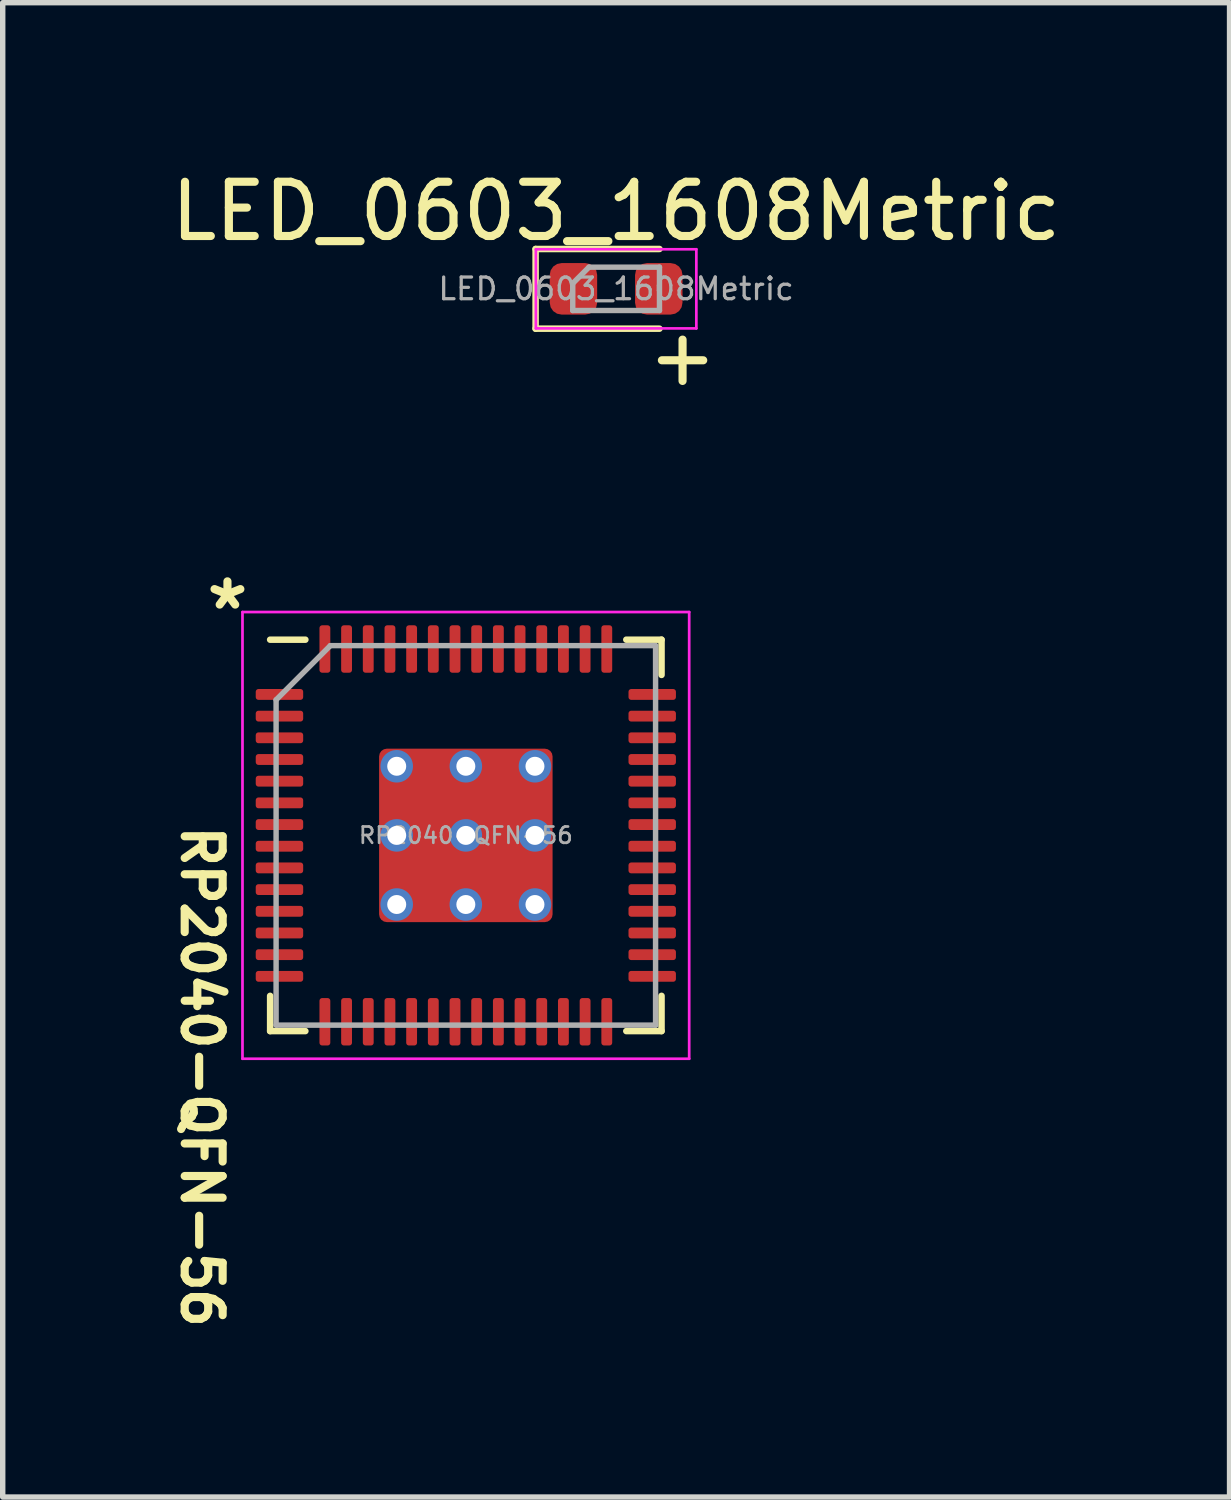
<source format=kicad_pcb>
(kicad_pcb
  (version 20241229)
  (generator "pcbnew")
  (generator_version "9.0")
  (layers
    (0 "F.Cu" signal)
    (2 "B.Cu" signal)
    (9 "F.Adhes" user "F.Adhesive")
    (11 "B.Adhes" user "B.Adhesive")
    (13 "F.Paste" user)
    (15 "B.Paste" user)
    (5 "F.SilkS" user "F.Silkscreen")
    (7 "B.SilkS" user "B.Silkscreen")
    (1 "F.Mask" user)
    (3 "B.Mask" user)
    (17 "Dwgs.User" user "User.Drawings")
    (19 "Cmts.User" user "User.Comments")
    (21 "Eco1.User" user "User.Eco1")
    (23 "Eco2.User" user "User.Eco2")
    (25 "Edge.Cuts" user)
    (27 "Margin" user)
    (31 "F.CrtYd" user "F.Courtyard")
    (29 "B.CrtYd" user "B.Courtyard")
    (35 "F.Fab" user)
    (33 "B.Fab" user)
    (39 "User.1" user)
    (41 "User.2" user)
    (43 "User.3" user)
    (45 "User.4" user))
  (footprint "LED_0603_1608Metric"
    (layer "F.Cu")
    (at 8.315 2.278)
    (property "Reference" "LED_0603_1608Metric" (at 0 -1.43 0) (layer "F.SilkS") (effects (font (size 1 1) (thickness 0.15))))
    (attr smd)
    (fp_line (start -1.485 -0.735) (end -1.485 0.735) (stroke (width 0.12) (type solid)) (layer "F.SilkS"))
    (fp_line (start -1.485 0.735) (end 0.8 0.735) (stroke (width 0.12) (type solid)) (layer "F.SilkS"))
    (fp_line (start 0.8 -0.735) (end -1.485 -0.735) (stroke (width 0.12) (type solid)) (layer "F.SilkS"))
    (fp_line (start -1.48 -0.73) (end 1.48 -0.73) (stroke (width 0.05) (type solid)) (layer "F.CrtYd"))
    (fp_line (start -1.48 0.73) (end -1.48 -0.73) (stroke (width 0.05) (type solid)) (layer "F.CrtYd"))
    (fp_line (start 1.48 -0.73) (end 1.48 0.73) (stroke (width 0.05) (type solid)) (layer "F.CrtYd"))
    (fp_line (start 1.48 0.73) (end -1.48 0.73) (stroke (width 0.05) (type solid)) (layer "F.CrtYd"))
    (fp_line (start -0.8 -0.1) (end -0.8 0.4) (stroke (width 0.1) (type solid)) (layer "F.Fab"))
    (fp_line (start -0.8 0.4) (end 0.8 0.4) (stroke (width 0.1) (type solid)) (layer "F.Fab"))
    (fp_line (start -0.5 -0.4) (end -0.8 -0.1) (stroke (width 0.1) (type solid)) (layer "F.Fab"))
    (fp_line (start 0.8 -0.4) (end -0.5 -0.4) (stroke (width 0.1) (type solid)) (layer "F.Fab"))
    (fp_line (start 0.8 0.4) (end 0.8 -0.4) (stroke (width 0.1) (type solid)) (layer "F.Fab"))
    (fp_text user "+" (at 0.508 1.829 0) (unlocked yes) (layer "F.SilkS") (effects (font (size 1 1) (thickness 0.15)) (justify left bottom)))
    (fp_text user "${REFERENCE}" (at 0 0 0) (layer "F.Fab") (effects (font (size 0.4 0.4) (thickness 0.06))))
    (pad "1" smd roundrect (at -0.787 0) (size 0.875 0.95) (layers "F.Cu" "F.Mask" "F.Paste") (roundrect_rratio 0.25))
    (pad "2" smd roundrect (at 0.787 0) (size 0.875 0.95) (layers "F.Cu" "F.Mask" "F.Paste") (roundrect_rratio 0.25)))
  (footprint "RP2040-QFN-56"
    (layer "F.Cu")
    (at 5.543 12.36)
    (property "Reference" "RP2040-QFN-56" (at -4.87 4.45 270) (unlocked yes) (layer "F.SilkS") (effects (font (size 0.7 0.7) (thickness 0.15))))
    (attr smd)
    (fp_line (start -3.61 3.61) (end -3.61 2.96) (stroke (width 0.12) (type solid)) (layer "F.SilkS"))
    (fp_line (start -2.96 -3.61) (end -3.61 -3.61) (stroke (width 0.12) (type solid)) (layer "F.SilkS"))
    (fp_line (start -2.96 3.61) (end -3.61 3.61) (stroke (width 0.12) (type solid)) (layer "F.SilkS"))
    (fp_line (start 2.96 -3.61) (end 3.61 -3.61) (stroke (width 0.12) (type solid)) (layer "F.SilkS"))
    (fp_line (start 2.96 3.61) (end 3.61 3.61) (stroke (width 0.12) (type solid)) (layer "F.SilkS"))
    (fp_line (start 3.61 -3.61) (end 3.61 -2.96) (stroke (width 0.12) (type solid)) (layer "F.SilkS"))
    (fp_line (start 3.61 3.61) (end 3.61 2.96) (stroke (width 0.12) (type solid)) (layer "F.SilkS"))
    (fp_line (start -4.12 -4.12) (end -4.12 4.12) (stroke (width 0.05) (type solid)) (layer "F.CrtYd"))
    (fp_line (start -4.12 4.12) (end 4.12 4.12) (stroke (width 0.05) (type solid)) (layer "F.CrtYd"))
    (fp_line (start 4.12 -4.12) (end -4.12 -4.12) (stroke (width 0.05) (type solid)) (layer "F.CrtYd"))
    (fp_line (start 4.12 4.12) (end 4.12 -4.12) (stroke (width 0.05) (type solid)) (layer "F.CrtYd"))
    (fp_line (start -3.5 -2.5) (end -2.5 -3.5) (stroke (width 0.1) (type solid)) (layer "F.Fab"))
    (fp_line (start -3.5 3.5) (end -3.5 -2.5) (stroke (width 0.1) (type solid)) (layer "F.Fab"))
    (fp_line (start -2.5 -3.5) (end 3.5 -3.5) (stroke (width 0.1) (type solid)) (layer "F.Fab"))
    (fp_line (start 3.5 -3.5) (end 3.5 3.5) (stroke (width 0.1) (type solid)) (layer "F.Fab"))
    (fp_line (start 3.5 3.5) (end -3.5 3.5) (stroke (width 0.1) (type solid)) (layer "F.Fab"))
    (fp_text user "*" (at -4.877 -3.556 0) (unlocked yes) (layer "F.SilkS") (effects (font (size 1 1) (thickness 0.15)) (justify left bottom)))
    (fp_text user "${REFERENCE}" (at 0 0 0) (layer "F.Fab") (effects (font (size 0.3 0.3) (thickness 0.05))))
    (pad "" smd roundrect (at -0.637 -0.637) (size 1.084 1.084) (layers "F.Paste") (roundrect_rratio 0.231))
    (pad "" smd roundrect (at -0.637 0.637) (size 1.084 1.084) (layers "F.Paste") (roundrect_rratio 0.231))
    (pad "" smd roundrect (at 0.637 -0.637) (size 1.084 1.084) (layers "F.Paste") (roundrect_rratio 0.231))
    (pad "" smd roundrect (at 0.637 0.637) (size 1.084 1.084) (layers "F.Paste") (roundrect_rratio 0.231))
    (pad "1" smd roundrect (at -3.438 -2.6) (size 0.875 0.2) (layers "F.Cu" "F.Mask" "F.Paste") (roundrect_rratio 0.25))
    (pad "2" smd roundrect (at -3.438 -2.2) (size 0.875 0.2) (layers "F.Cu" "F.Mask" "F.Paste") (roundrect_rratio 0.25))
    (pad "3" smd roundrect (at -3.438 -1.8) (size 0.875 0.2) (layers "F.Cu" "F.Mask" "F.Paste") (roundrect_rratio 0.25))
    (pad "4" smd roundrect (at -3.438 -1.4) (size 0.875 0.2) (layers "F.Cu" "F.Mask" "F.Paste") (roundrect_rratio 0.25))
    (pad "5" smd roundrect (at -3.438 -1) (size 0.875 0.2) (layers "F.Cu" "F.Mask" "F.Paste") (roundrect_rratio 0.25))
    (pad "6" smd roundrect (at -3.438 -0.6) (size 0.875 0.2) (layers "F.Cu" "F.Mask" "F.Paste") (roundrect_rratio 0.25))
    (pad "7" smd roundrect (at -3.438 -0.2) (size 0.875 0.2) (layers "F.Cu" "F.Mask" "F.Paste") (roundrect_rratio 0.25))
    (pad "8" smd roundrect (at -3.438 0.2) (size 0.875 0.2) (layers "F.Cu" "F.Mask" "F.Paste") (roundrect_rratio 0.25))
    (pad "9" smd roundrect (at -3.438 0.6) (size 0.875 0.2) (layers "F.Cu" "F.Mask" "F.Paste") (roundrect_rratio 0.25))
    (pad "10" smd roundrect (at -3.438 1) (size 0.875 0.2) (layers "F.Cu" "F.Mask" "F.Paste") (roundrect_rratio 0.25))
    (pad "11" smd roundrect (at -3.438 1.4) (size 0.875 0.2) (layers "F.Cu" "F.Mask" "F.Paste") (roundrect_rratio 0.25))
    (pad "12" smd roundrect (at -3.438 1.8) (size 0.875 0.2) (layers "F.Cu" "F.Mask" "F.Paste") (roundrect_rratio 0.25))
    (pad "13" smd roundrect (at -3.438 2.2) (size 0.875 0.2) (layers "F.Cu" "F.Mask" "F.Paste") (roundrect_rratio 0.25))
    (pad "14" smd roundrect (at -3.438 2.6) (size 0.875 0.2) (layers "F.Cu" "F.Mask" "F.Paste") (roundrect_rratio 0.25))
    (pad "15" smd roundrect (at -2.6 3.438) (size 0.2 0.875) (layers "F.Cu" "F.Mask" "F.Paste") (roundrect_rratio 0.25))
    (pad "16" smd roundrect (at -2.2 3.438) (size 0.2 0.875) (layers "F.Cu" "F.Mask" "F.Paste") (roundrect_rratio 0.25))
    (pad "17" smd roundrect (at -1.8 3.438) (size 0.2 0.875) (layers "F.Cu" "F.Mask" "F.Paste") (roundrect_rratio 0.25))
    (pad "18" smd roundrect (at -1.4 3.438) (size 0.2 0.875) (layers "F.Cu" "F.Mask" "F.Paste") (roundrect_rratio 0.25))
    (pad "19" smd roundrect (at -1 3.438) (size 0.2 0.875) (layers "F.Cu" "F.Mask" "F.Paste") (roundrect_rratio 0.25))
    (pad "20" smd roundrect (at -0.6 3.438) (size 0.2 0.875) (layers "F.Cu" "F.Mask" "F.Paste") (roundrect_rratio 0.25))
    (pad "21" smd roundrect (at -0.2 3.438) (size 0.2 0.875) (layers "F.Cu" "F.Mask" "F.Paste") (roundrect_rratio 0.25))
    (pad "22" smd roundrect (at 0.2 3.438) (size 0.2 0.875) (layers "F.Cu" "F.Mask" "F.Paste") (roundrect_rratio 0.25))
    (pad "23" smd roundrect (at 0.6 3.438) (size 0.2 0.875) (layers "F.Cu" "F.Mask" "F.Paste") (roundrect_rratio 0.25))
    (pad "24" smd roundrect (at 1 3.438) (size 0.2 0.875) (layers "F.Cu" "F.Mask" "F.Paste") (roundrect_rratio 0.25))
    (pad "25" smd roundrect (at 1.4 3.438) (size 0.2 0.875) (layers "F.Cu" "F.Mask" "F.Paste") (roundrect_rratio 0.25))
    (pad "26" smd roundrect (at 1.8 3.438) (size 0.2 0.875) (layers "F.Cu" "F.Mask" "F.Paste") (roundrect_rratio 0.25))
    (pad "27" smd roundrect (at 2.2 3.438) (size 0.2 0.875) (layers "F.Cu" "F.Mask" "F.Paste") (roundrect_rratio 0.25))
    (pad "28" smd roundrect (at 2.6 3.438) (size 0.2 0.875) (layers "F.Cu" "F.Mask" "F.Paste") (roundrect_rratio 0.25))
    (pad "29" smd roundrect (at 3.438 2.6) (size 0.875 0.2) (layers "F.Cu" "F.Mask" "F.Paste") (roundrect_rratio 0.25))
    (pad "30" smd roundrect (at 3.438 2.2) (size 0.875 0.2) (layers "F.Cu" "F.Mask" "F.Paste") (roundrect_rratio 0.25))
    (pad "31" smd roundrect (at 3.438 1.8) (size 0.875 0.2) (layers "F.Cu" "F.Mask" "F.Paste") (roundrect_rratio 0.25))
    (pad "32" smd roundrect (at 3.438 1.4) (size 0.875 0.2) (layers "F.Cu" "F.Mask" "F.Paste") (roundrect_rratio 0.25))
    (pad "33" smd roundrect (at 3.438 1) (size 0.875 0.2) (layers "F.Cu" "F.Mask" "F.Paste") (roundrect_rratio 0.25))
    (pad "34" smd roundrect (at 3.438 0.6) (size 0.875 0.2) (layers "F.Cu" "F.Mask" "F.Paste") (roundrect_rratio 0.25))
    (pad "35" smd roundrect (at 3.438 0.2) (size 0.875 0.2) (layers "F.Cu" "F.Mask" "F.Paste") (roundrect_rratio 0.25))
    (pad "36" smd roundrect (at 3.438 -0.2) (size 0.875 0.2) (layers "F.Cu" "F.Mask" "F.Paste") (roundrect_rratio 0.25))
    (pad "37" smd roundrect (at 3.438 -0.6) (size 0.875 0.2) (layers "F.Cu" "F.Mask" "F.Paste") (roundrect_rratio 0.25))
    (pad "38" smd roundrect (at 3.438 -1) (size 0.875 0.2) (layers "F.Cu" "F.Mask" "F.Paste") (roundrect_rratio 0.25))
    (pad "39" smd roundrect (at 3.438 -1.4) (size 0.875 0.2) (layers "F.Cu" "F.Mask" "F.Paste") (roundrect_rratio 0.25))
    (pad "40" smd roundrect (at 3.438 -1.8) (size 0.875 0.2) (layers "F.Cu" "F.Mask" "F.Paste") (roundrect_rratio 0.25))
    (pad "41" smd roundrect (at 3.438 -2.2) (size 0.875 0.2) (layers "F.Cu" "F.Mask" "F.Paste") (roundrect_rratio 0.25))
    (pad "42" smd roundrect (at 3.438 -2.6) (size 0.875 0.2) (layers "F.Cu" "F.Mask" "F.Paste") (roundrect_rratio 0.25))
    (pad "43" smd roundrect (at 2.6 -3.438) (size 0.2 0.875) (layers "F.Cu" "F.Mask" "F.Paste") (roundrect_rratio 0.25))
    (pad "44" smd roundrect (at 2.2 -3.438) (size 0.2 0.875) (layers "F.Cu" "F.Mask" "F.Paste") (roundrect_rratio 0.25))
    (pad "45" smd roundrect (at 1.8 -3.438) (size 0.2 0.875) (layers "F.Cu" "F.Mask" "F.Paste") (roundrect_rratio 0.25))
    (pad "46" smd roundrect (at 1.4 -3.438) (size 0.2 0.875) (layers "F.Cu" "F.Mask" "F.Paste") (roundrect_rratio 0.25))
    (pad "47" smd roundrect (at 1 -3.438) (size 0.2 0.875) (layers "F.Cu" "F.Mask" "F.Paste") (roundrect_rratio 0.25))
    (pad "48" smd roundrect (at 0.6 -3.438) (size 0.2 0.875) (layers "F.Cu" "F.Mask" "F.Paste") (roundrect_rratio 0.25))
    (pad "49" smd roundrect (at 0.2 -3.438) (size 0.2 0.875) (layers "F.Cu" "F.Mask" "F.Paste") (roundrect_rratio 0.25))
    (pad "50" smd roundrect (at -0.2 -3.438) (size 0.2 0.875) (layers "F.Cu" "F.Mask" "F.Paste") (roundrect_rratio 0.25))
    (pad "51" smd roundrect (at -0.6 -3.438) (size 0.2 0.875) (layers "F.Cu" "F.Mask" "F.Paste") (roundrect_rratio 0.25))
    (pad "52" smd roundrect (at -1 -3.438) (size 0.2 0.875) (layers "F.Cu" "F.Mask" "F.Paste") (roundrect_rratio 0.25))
    (pad "53" smd roundrect (at -1.4 -3.438) (size 0.2 0.875) (layers "F.Cu" "F.Mask" "F.Paste") (roundrect_rratio 0.25))
    (pad "54" smd roundrect (at -1.8 -3.438) (size 0.2 0.875) (layers "F.Cu" "F.Mask" "F.Paste") (roundrect_rratio 0.25))
    (pad "55" smd roundrect (at -2.2 -3.438) (size 0.2 0.875) (layers "F.Cu" "F.Mask" "F.Paste") (roundrect_rratio 0.25))
    (pad "56" smd roundrect (at -2.6 -3.438) (size 0.2 0.875) (layers "F.Cu" "F.Mask" "F.Paste") (roundrect_rratio 0.25))
    (pad "57" thru_hole circle (at -1.275 -1.275) (size 0.6 0.6) (drill 0.35) (layers "*.Cu"))
    (pad "57" thru_hole circle (at -1.275 0) (size 0.6 0.6) (drill 0.35) (layers "*.Cu"))
    (pad "57" thru_hole circle (at -1.275 1.275) (size 0.6 0.6) (drill 0.35) (layers "*.Cu"))
    (pad "57" thru_hole circle (at 0 -1.275) (size 0.6 0.6) (drill 0.35) (layers "*.Cu"))
    (pad "57" thru_hole circle (at 0 0) (size 0.6 0.6) (drill 0.35) (layers "*.Cu"))
    (pad "57" smd roundrect (at 0 0) (size 3.2 3.2) (layers "F.Cu" "F.Mask") (roundrect_rratio 0.045))
    (pad "57" thru_hole circle (at 0 1.275) (size 0.6 0.6) (drill 0.35) (layers "*.Cu"))
    (pad "57" thru_hole circle (at 1.275 -1.275) (size 0.6 0.6) (drill 0.35) (layers "*.Cu"))
    (pad "57" thru_hole circle (at 1.275 0) (size 0.6 0.6) (drill 0.35) (layers "*.Cu"))
    (pad "57" thru_hole circle (at 1.275 1.275) (size 0.6 0.6) (drill 0.35) (layers "*.Cu")))
  (gr_rect
    (start -3 -3)
    (end 19.631 24.565)
    (stroke (width 0.1) (type default))
    (fill no)
    (layer "Edge.Cuts")))
</source>
